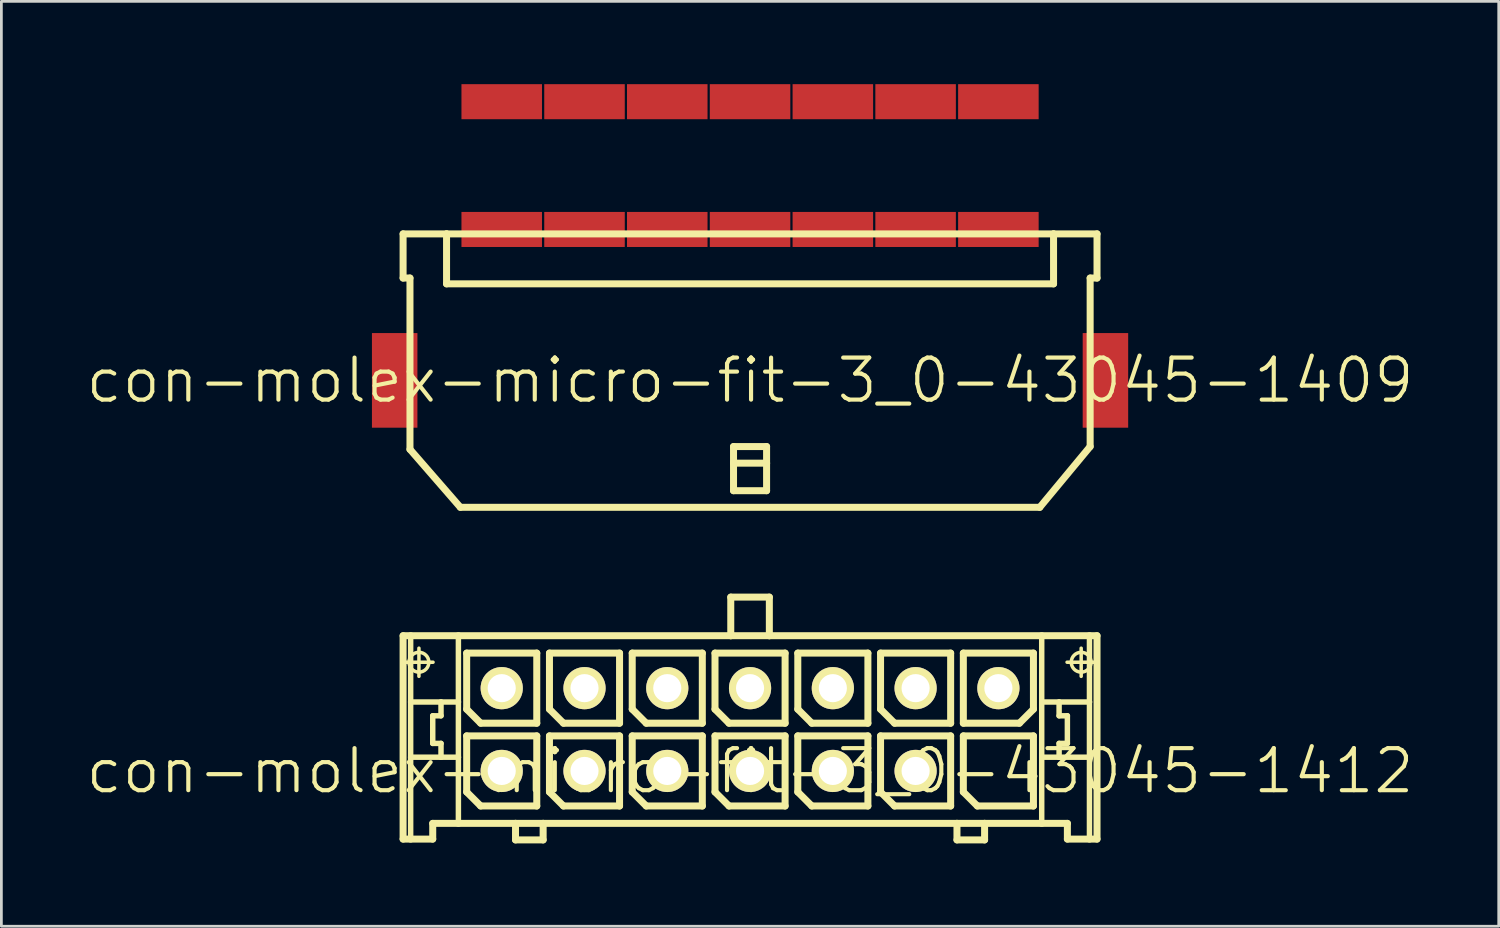
<source format=kicad_pcb>
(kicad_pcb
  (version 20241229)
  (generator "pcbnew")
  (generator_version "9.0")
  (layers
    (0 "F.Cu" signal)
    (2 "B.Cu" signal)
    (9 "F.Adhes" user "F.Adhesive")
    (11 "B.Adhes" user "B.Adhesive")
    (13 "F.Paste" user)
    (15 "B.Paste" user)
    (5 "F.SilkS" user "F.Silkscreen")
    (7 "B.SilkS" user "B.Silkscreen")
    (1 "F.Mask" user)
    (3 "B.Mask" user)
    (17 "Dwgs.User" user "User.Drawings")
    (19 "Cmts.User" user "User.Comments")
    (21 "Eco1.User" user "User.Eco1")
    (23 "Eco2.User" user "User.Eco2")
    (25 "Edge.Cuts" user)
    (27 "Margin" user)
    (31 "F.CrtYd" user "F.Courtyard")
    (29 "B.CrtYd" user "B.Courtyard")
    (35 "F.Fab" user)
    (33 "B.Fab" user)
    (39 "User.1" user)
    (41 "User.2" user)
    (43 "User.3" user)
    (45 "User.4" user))
  (footprint "con-molex-micro-fit-3_0-43045-1409"
    (layer "F.Cu")
    (at 24.13 10.734)
    (property "Reference" "con-molex-micro-fit-3_0-43045-1409" (at 0 0 0) (layer "F.SilkS") (effects (font (size 1.524 1.524) (thickness 0.15))))
    (attr smd)
    (fp_line (start -12.573 -5.309) (end -12.573 -3.708) (stroke (width 0.254) (type solid)) (layer "F.SilkS"))
    (fp_line (start -12.573 -3.708) (end -12.324 -3.708) (stroke (width 0.254) (type solid)) (layer "F.SilkS"))
    (fp_line (start -12.324 2.499) (end -12.324 -3.708) (stroke (width 0.254) (type solid)) (layer "F.SilkS"))
    (fp_line (start -12.324 2.499) (end -10.498 4.6) (stroke (width 0.254) (type solid)) (layer "F.SilkS"))
    (fp_line (start -10.998 -5.309) (end -12.573 -5.309) (stroke (width 0.254) (type solid)) (layer "F.SilkS"))
    (fp_line (start -10.998 -5.309) (end -10.998 -3.498) (stroke (width 0.254) (type solid)) (layer "F.SilkS"))
    (fp_line (start -10.998 -5.309) (end 10.998 -5.309) (stroke (width 0.254) (type solid)) (layer "F.SilkS"))
    (fp_line (start -10.998 -3.498) (end 10.998 -3.498) (stroke (width 0.254) (type solid)) (layer "F.SilkS"))
    (fp_line (start -4.829 -5.309) (end -10.998 -5.309) (stroke (width 0.127) (type solid)) (layer "F.SilkS"))
    (fp_line (start -4.823 -5.309) (end -10.998 -5.309) (stroke (width 0.127) (type solid)) (layer "F.SilkS"))
    (fp_line (start -0.599 2.398) (end 0.599 2.398) (stroke (width 0.254) (type solid)) (layer "F.SilkS"))
    (fp_line (start -0.599 3) (end -0.599 2.398) (stroke (width 0.254) (type solid)) (layer "F.SilkS"))
    (fp_line (start -0.599 3) (end 0.599 3) (stroke (width 0.254) (type solid)) (layer "F.SilkS"))
    (fp_line (start -0.599 3.998) (end -0.599 3) (stroke (width 0.254) (type solid)) (layer "F.SilkS"))
    (fp_line (start 0.599 2.398) (end 0.599 3) (stroke (width 0.254) (type solid)) (layer "F.SilkS"))
    (fp_line (start 0.599 3) (end 0.599 3.998) (stroke (width 0.254) (type solid)) (layer "F.SilkS"))
    (fp_line (start 0.599 3.998) (end -0.599 3.998) (stroke (width 0.254) (type solid)) (layer "F.SilkS"))
    (fp_line (start 10.498 4.6) (end -10.498 4.6) (stroke (width 0.254) (type solid)) (layer "F.SilkS"))
    (fp_line (start 10.998 -5.309) (end 12.573 -5.309) (stroke (width 0.254) (type solid)) (layer "F.SilkS"))
    (fp_line (start 10.998 -3.498) (end 10.998 -5.309) (stroke (width 0.254) (type solid)) (layer "F.SilkS"))
    (fp_line (start 12.324 -3.708) (end 12.324 2.398) (stroke (width 0.254) (type solid)) (layer "F.SilkS"))
    (fp_line (start 12.324 2.398) (end 10.498 4.6) (stroke (width 0.254) (type solid)) (layer "F.SilkS"))
    (fp_line (start 12.573 -5.309) (end 12.573 -3.708) (stroke (width 0.254) (type solid)) (layer "F.SilkS"))
    (fp_line (start 12.573 -3.708) (end 12.324 -3.708) (stroke (width 0.254) (type solid)) (layer "F.SilkS"))
    (pad "P$1" smd rect (at 8.999 -5.469) (size 2.918 1.27) (layers "F.Cu" "F.Mask" "F.Paste"))
    (pad "P$2" smd rect (at 5.999 -5.469) (size 2.918 1.27) (layers "F.Cu" "F.Mask" "F.Paste"))
    (pad "P$3" smd rect (at 3 -5.469) (size 2.918 1.27) (layers "F.Cu" "F.Mask" "F.Paste"))
    (pad "P$4" smd rect (at 0 -5.469) (size 2.918 1.27) (layers "F.Cu" "F.Mask" "F.Paste"))
    (pad "P$5" smd rect (at -3 -5.469) (size 2.918 1.27) (layers "F.Cu" "F.Mask" "F.Paste"))
    (pad "P$6" smd rect (at -5.999 -5.469) (size 2.918 1.27) (layers "F.Cu" "F.Mask" "F.Paste"))
    (pad "P$7" smd rect (at -8.999 -5.469) (size 2.918 1.27) (layers "F.Cu" "F.Mask" "F.Paste"))
    (pad "P$8" smd rect (at 8.999 -10.099) (size 2.918 1.27) (layers "F.Cu" "F.Mask" "F.Paste"))
    (pad "P$9" smd rect (at 5.999 -10.099) (size 2.918 1.27) (layers "F.Cu" "F.Mask" "F.Paste"))
    (pad "P$10" smd rect (at 3 -10.099) (size 2.918 1.27) (layers "F.Cu" "F.Mask" "F.Paste"))
    (pad "P$11" smd rect (at 0 -10.099) (size 2.918 1.27) (layers "F.Cu" "F.Mask" "F.Paste"))
    (pad "P$12" smd rect (at -3 -10.099) (size 2.918 1.27) (layers "F.Cu" "F.Mask" "F.Paste"))
    (pad "P$13" smd rect (at -5.999 -10.099) (size 2.918 1.27) (layers "F.Cu" "F.Mask" "F.Paste"))
    (pad "P$14" smd rect (at -8.999 -10.099) (size 2.918 1.27) (layers "F.Cu" "F.Mask" "F.Paste"))
    (pad "TAB1" smd rect (at -12.878 0) (size 1.648 3.429) (layers "F.Cu" "F.Mask" "F.Paste"))
    (pad "TAB2" smd rect (at 12.878 0) (size 1.648 3.429) (layers "F.Cu" "F.Mask" "F.Paste")))
  (footprint "con-molex-micro-fit-3_0-43045-1412"
    (layer "F.Cu")
    (at 24.13 24.887)
    (property "Reference" "con-molex-micro-fit-3_0-43045-1412" (at 0 0 0) (layer "F.SilkS") (effects (font (size 1.524 1.524) (thickness 0.15))))
    (attr exclude_from_pos_files exclude_from_bom)
    (fp_line (start -12.573 -4.9) (end -12.299 -4.9) (stroke (width 0.254) (type solid)) (layer "F.SilkS"))
    (fp_line (start -12.573 2.469) (end -12.573 -4.9) (stroke (width 0.254) (type solid)) (layer "F.SilkS"))
    (fp_line (start -12.509 -3.94) (end -11.488 -3.94) (stroke (width 0.127) (type solid)) (layer "F.SilkS"))
    (fp_line (start -12.299 -4.9) (end -10.569 -4.9) (stroke (width 0.254) (type solid)) (layer "F.SilkS"))
    (fp_line (start -12.299 -2.499) (end -12.299 -4.9) (stroke (width 0.198) (type solid)) (layer "F.SilkS"))
    (fp_line (start -12.299 -0.498) (end -12.299 -2.499) (stroke (width 0.198) (type solid)) (layer "F.SilkS"))
    (fp_line (start -12.299 2.469) (end -12.573 2.469) (stroke (width 0.254) (type solid)) (layer "F.SilkS"))
    (fp_line (start -12.299 2.469) (end -12.299 -0.498) (stroke (width 0.198) (type solid)) (layer "F.SilkS"))
    (fp_line (start -11.999 -3.429) (end -11.999 -4.448) (stroke (width 0.127) (type solid)) (layer "F.SilkS"))
    (fp_line (start -11.499 -1.999) (end -11.499 -0.998) (stroke (width 0.198) (type solid)) (layer "F.SilkS"))
    (fp_line (start -11.499 -0.998) (end -11.199 -0.998) (stroke (width 0.198) (type solid)) (layer "F.SilkS"))
    (fp_line (start -11.499 1.9) (end -11.499 2.469) (stroke (width 0.254) (type solid)) (layer "F.SilkS"))
    (fp_line (start -11.499 2.469) (end -12.299 2.469) (stroke (width 0.254) (type solid)) (layer "F.SilkS"))
    (fp_line (start -11.199 -2.499) (end -12.299 -2.499) (stroke (width 0.198) (type solid)) (layer "F.SilkS"))
    (fp_line (start -11.199 -2.499) (end -11.199 -1.999) (stroke (width 0.198) (type solid)) (layer "F.SilkS"))
    (fp_line (start -11.199 -1.999) (end -11.499 -1.999) (stroke (width 0.198) (type solid)) (layer "F.SilkS"))
    (fp_line (start -11.199 -0.998) (end -11.199 -0.498) (stroke (width 0.198) (type solid)) (layer "F.SilkS"))
    (fp_line (start -11.199 -0.498) (end -12.299 -0.498) (stroke (width 0.198) (type solid)) (layer "F.SilkS"))
    (fp_line (start -10.569 -4.9) (end -0.699 -4.9) (stroke (width 0.254) (type solid)) (layer "F.SilkS"))
    (fp_line (start -10.569 -2.499) (end -11.199 -2.499) (stroke (width 0.198) (type solid)) (layer "F.SilkS"))
    (fp_line (start -10.569 -2.499) (end -10.569 -4.9) (stroke (width 0.198) (type solid)) (layer "F.SilkS"))
    (fp_line (start -10.569 -0.498) (end -11.199 -0.498) (stroke (width 0.198) (type solid)) (layer "F.SilkS"))
    (fp_line (start -10.569 -0.498) (end -10.569 -2.499) (stroke (width 0.198) (type solid)) (layer "F.SilkS"))
    (fp_line (start -10.569 1.9) (end -11.499 1.9) (stroke (width 0.254) (type solid)) (layer "F.SilkS"))
    (fp_line (start -10.569 1.9) (end -10.569 -0.498) (stroke (width 0.198) (type solid)) (layer "F.SilkS"))
    (fp_line (start -10.269 -4.27) (end -7.729 -4.27) (stroke (width 0.254) (type solid)) (layer "F.SilkS"))
    (fp_line (start -10.269 -2.238) (end -10.269 -4.27) (stroke (width 0.254) (type solid)) (layer "F.SilkS"))
    (fp_line (start -10.269 -1.27) (end -7.729 -1.27) (stroke (width 0.254) (type solid)) (layer "F.SilkS"))
    (fp_line (start -10.269 0.762) (end -10.269 -1.27) (stroke (width 0.254) (type solid)) (layer "F.SilkS"))
    (fp_line (start -9.761 -1.73) (end -10.269 -2.238) (stroke (width 0.254) (type solid)) (layer "F.SilkS"))
    (fp_line (start -9.761 1.27) (end -10.269 0.762) (stroke (width 0.254) (type solid)) (layer "F.SilkS"))
    (fp_line (start -8.499 1.9) (end -10.569 1.9) (stroke (width 0.254) (type solid)) (layer "F.SilkS"))
    (fp_line (start -8.499 1.9) (end -8.499 2.499) (stroke (width 0.254) (type solid)) (layer "F.SilkS"))
    (fp_line (start -8.499 2.499) (end -7.498 2.499) (stroke (width 0.254) (type solid)) (layer "F.SilkS"))
    (fp_line (start -7.729 -4.27) (end -7.729 -1.73) (stroke (width 0.254) (type solid)) (layer "F.SilkS"))
    (fp_line (start -7.729 -1.73) (end -9.761 -1.73) (stroke (width 0.254) (type solid)) (layer "F.SilkS"))
    (fp_line (start -7.729 -1.27) (end -7.729 1.27) (stroke (width 0.254) (type solid)) (layer "F.SilkS"))
    (fp_line (start -7.729 1.27) (end -9.761 1.27) (stroke (width 0.254) (type solid)) (layer "F.SilkS"))
    (fp_line (start -7.498 1.9) (end -8.499 1.9) (stroke (width 0.254) (type solid)) (layer "F.SilkS"))
    (fp_line (start -7.498 2.499) (end -7.498 1.9) (stroke (width 0.254) (type solid)) (layer "F.SilkS"))
    (fp_line (start -7.269 -4.27) (end -4.729 -4.27) (stroke (width 0.254) (type solid)) (layer "F.SilkS"))
    (fp_line (start -7.269 -2.238) (end -7.269 -4.27) (stroke (width 0.254) (type solid)) (layer "F.SilkS"))
    (fp_line (start -7.269 -1.27) (end -4.729 -1.27) (stroke (width 0.254) (type solid)) (layer "F.SilkS"))
    (fp_line (start -7.269 0.762) (end -7.269 -1.27) (stroke (width 0.254) (type solid)) (layer "F.SilkS"))
    (fp_line (start -6.761 -1.73) (end -7.269 -2.238) (stroke (width 0.254) (type solid)) (layer "F.SilkS"))
    (fp_line (start -6.761 1.27) (end -7.269 0.762) (stroke (width 0.254) (type solid)) (layer "F.SilkS"))
    (fp_line (start -4.729 -4.27) (end -4.729 -1.73) (stroke (width 0.254) (type solid)) (layer "F.SilkS"))
    (fp_line (start -4.729 -1.73) (end -6.761 -1.73) (stroke (width 0.254) (type solid)) (layer "F.SilkS"))
    (fp_line (start -4.729 -1.27) (end -4.729 1.27) (stroke (width 0.254) (type solid)) (layer "F.SilkS"))
    (fp_line (start -4.729 1.27) (end -6.761 1.27) (stroke (width 0.254) (type solid)) (layer "F.SilkS"))
    (fp_line (start -4.27 -4.27) (end -1.73 -4.27) (stroke (width 0.254) (type solid)) (layer "F.SilkS"))
    (fp_line (start -4.27 -2.238) (end -4.27 -4.27) (stroke (width 0.254) (type solid)) (layer "F.SilkS"))
    (fp_line (start -4.27 -1.27) (end -1.73 -1.27) (stroke (width 0.254) (type solid)) (layer "F.SilkS"))
    (fp_line (start -4.27 0.762) (end -4.27 -1.27) (stroke (width 0.254) (type solid)) (layer "F.SilkS"))
    (fp_line (start -3.762 -1.73) (end -4.27 -2.238) (stroke (width 0.254) (type solid)) (layer "F.SilkS"))
    (fp_line (start -3.762 1.27) (end -4.27 0.762) (stroke (width 0.254) (type solid)) (layer "F.SilkS"))
    (fp_line (start -1.73 -4.27) (end -1.73 -1.73) (stroke (width 0.254) (type solid)) (layer "F.SilkS"))
    (fp_line (start -1.73 -1.73) (end -3.762 -1.73) (stroke (width 0.254) (type solid)) (layer "F.SilkS"))
    (fp_line (start -1.73 -1.27) (end -1.73 1.27) (stroke (width 0.254) (type solid)) (layer "F.SilkS"))
    (fp_line (start -1.73 1.27) (end -3.762 1.27) (stroke (width 0.254) (type solid)) (layer "F.SilkS"))
    (fp_line (start -1.27 -4.27) (end 1.27 -4.27) (stroke (width 0.254) (type solid)) (layer "F.SilkS"))
    (fp_line (start -1.27 -2.238) (end -1.27 -4.27) (stroke (width 0.254) (type solid)) (layer "F.SilkS"))
    (fp_line (start -1.27 -1.27) (end 1.27 -1.27) (stroke (width 0.254) (type solid)) (layer "F.SilkS"))
    (fp_line (start -1.27 0.762) (end -1.27 -1.27) (stroke (width 0.254) (type solid)) (layer "F.SilkS"))
    (fp_line (start -0.762 -1.73) (end -1.27 -2.238) (stroke (width 0.254) (type solid)) (layer "F.SilkS"))
    (fp_line (start -0.762 1.27) (end -1.27 0.762) (stroke (width 0.254) (type solid)) (layer "F.SilkS"))
    (fp_line (start -0.699 -6.299) (end -0.699 -4.9) (stroke (width 0.254) (type solid)) (layer "F.SilkS"))
    (fp_line (start -0.699 -6.299) (end 0.699 -6.299) (stroke (width 0.254) (type solid)) (layer "F.SilkS"))
    (fp_line (start -0.699 -4.9) (end 0.699 -4.9) (stroke (width 0.254) (type solid)) (layer "F.SilkS"))
    (fp_line (start 0.699 -6.299) (end 0.699 -4.9) (stroke (width 0.254) (type solid)) (layer "F.SilkS"))
    (fp_line (start 0.699 -4.9) (end 10.569 -4.9) (stroke (width 0.254) (type solid)) (layer "F.SilkS"))
    (fp_line (start 1.27 -4.27) (end 1.27 -1.73) (stroke (width 0.254) (type solid)) (layer "F.SilkS"))
    (fp_line (start 1.27 -1.73) (end -0.762 -1.73) (stroke (width 0.254) (type solid)) (layer "F.SilkS"))
    (fp_line (start 1.27 -1.27) (end 1.27 1.27) (stroke (width 0.254) (type solid)) (layer "F.SilkS"))
    (fp_line (start 1.27 1.27) (end -0.762 1.27) (stroke (width 0.254) (type solid)) (layer "F.SilkS"))
    (fp_line (start 1.73 -4.27) (end 4.27 -4.27) (stroke (width 0.254) (type solid)) (layer "F.SilkS"))
    (fp_line (start 1.73 -2.238) (end 1.73 -4.27) (stroke (width 0.254) (type solid)) (layer "F.SilkS"))
    (fp_line (start 1.73 -1.27) (end 4.27 -1.27) (stroke (width 0.254) (type solid)) (layer "F.SilkS"))
    (fp_line (start 1.73 0.762) (end 1.73 -1.27) (stroke (width 0.254) (type solid)) (layer "F.SilkS"))
    (fp_line (start 2.238 -1.73) (end 1.73 -2.238) (stroke (width 0.254) (type solid)) (layer "F.SilkS"))
    (fp_line (start 2.238 1.27) (end 1.73 0.762) (stroke (width 0.254) (type solid)) (layer "F.SilkS"))
    (fp_line (start 4.27 -4.27) (end 4.27 -1.73) (stroke (width 0.254) (type solid)) (layer "F.SilkS"))
    (fp_line (start 4.27 -1.73) (end 2.238 -1.73) (stroke (width 0.254) (type solid)) (layer "F.SilkS"))
    (fp_line (start 4.27 -1.27) (end 4.27 1.27) (stroke (width 0.254) (type solid)) (layer "F.SilkS"))
    (fp_line (start 4.27 1.27) (end 2.238 1.27) (stroke (width 0.254) (type solid)) (layer "F.SilkS"))
    (fp_line (start 4.729 -4.27) (end 7.269 -4.27) (stroke (width 0.254) (type solid)) (layer "F.SilkS"))
    (fp_line (start 4.729 -2.238) (end 4.729 -4.27) (stroke (width 0.254) (type solid)) (layer "F.SilkS"))
    (fp_line (start 4.729 -1.27) (end 7.269 -1.27) (stroke (width 0.254) (type solid)) (layer "F.SilkS"))
    (fp_line (start 4.729 0.762) (end 4.729 -1.27) (stroke (width 0.254) (type solid)) (layer "F.SilkS"))
    (fp_line (start 5.237 -1.73) (end 4.729 -2.238) (stroke (width 0.254) (type solid)) (layer "F.SilkS"))
    (fp_line (start 5.237 1.27) (end 4.729 0.762) (stroke (width 0.254) (type solid)) (layer "F.SilkS"))
    (fp_line (start 7.269 -4.27) (end 7.269 -1.73) (stroke (width 0.254) (type solid)) (layer "F.SilkS"))
    (fp_line (start 7.269 -1.73) (end 5.237 -1.73) (stroke (width 0.254) (type solid)) (layer "F.SilkS"))
    (fp_line (start 7.269 -1.27) (end 7.269 1.27) (stroke (width 0.254) (type solid)) (layer "F.SilkS"))
    (fp_line (start 7.269 1.27) (end 5.237 1.27) (stroke (width 0.254) (type solid)) (layer "F.SilkS"))
    (fp_line (start 7.498 1.9) (end -7.498 1.9) (stroke (width 0.254) (type solid)) (layer "F.SilkS"))
    (fp_line (start 7.498 1.9) (end 7.498 2.499) (stroke (width 0.254) (type solid)) (layer "F.SilkS"))
    (fp_line (start 7.498 2.499) (end 8.499 2.499) (stroke (width 0.254) (type solid)) (layer "F.SilkS"))
    (fp_line (start 7.729 -4.27) (end 7.729 -1.73) (stroke (width 0.254) (type solid)) (layer "F.SilkS"))
    (fp_line (start 7.729 -1.73) (end 9.761 -1.73) (stroke (width 0.254) (type solid)) (layer "F.SilkS"))
    (fp_line (start 7.729 -1.27) (end 10.269 -1.27) (stroke (width 0.254) (type solid)) (layer "F.SilkS"))
    (fp_line (start 7.729 0.762) (end 7.729 -1.27) (stroke (width 0.254) (type solid)) (layer "F.SilkS"))
    (fp_line (start 8.237 1.27) (end 7.729 0.762) (stroke (width 0.254) (type solid)) (layer "F.SilkS"))
    (fp_line (start 8.499 1.9) (end 7.498 1.9) (stroke (width 0.254) (type solid)) (layer "F.SilkS"))
    (fp_line (start 8.499 2.499) (end 8.499 1.9) (stroke (width 0.254) (type solid)) (layer "F.SilkS"))
    (fp_line (start 9.761 -1.73) (end 10.269 -2.238) (stroke (width 0.254) (type solid)) (layer "F.SilkS"))
    (fp_line (start 10.269 -4.27) (end 7.729 -4.27) (stroke (width 0.254) (type solid)) (layer "F.SilkS"))
    (fp_line (start 10.269 -2.238) (end 10.269 -4.27) (stroke (width 0.254) (type solid)) (layer "F.SilkS"))
    (fp_line (start 10.269 -1.27) (end 10.269 1.27) (stroke (width 0.254) (type solid)) (layer "F.SilkS"))
    (fp_line (start 10.269 1.27) (end 8.237 1.27) (stroke (width 0.254) (type solid)) (layer "F.SilkS"))
    (fp_line (start 10.569 -4.9) (end 10.569 -2.499) (stroke (width 0.198) (type solid)) (layer "F.SilkS"))
    (fp_line (start 10.569 -4.9) (end 12.299 -4.9) (stroke (width 0.254) (type solid)) (layer "F.SilkS"))
    (fp_line (start 10.569 -2.499) (end 10.569 -0.498) (stroke (width 0.198) (type solid)) (layer "F.SilkS"))
    (fp_line (start 10.569 -2.499) (end 11.199 -2.499) (stroke (width 0.198) (type solid)) (layer "F.SilkS"))
    (fp_line (start 10.569 -0.498) (end 10.569 1.9) (stroke (width 0.198) (type solid)) (layer "F.SilkS"))
    (fp_line (start 10.569 -0.498) (end 11.199 -0.498) (stroke (width 0.198) (type solid)) (layer "F.SilkS"))
    (fp_line (start 10.569 1.9) (end 8.499 1.9) (stroke (width 0.254) (type solid)) (layer "F.SilkS"))
    (fp_line (start 11.199 -2.499) (end 11.199 -1.999) (stroke (width 0.198) (type solid)) (layer "F.SilkS"))
    (fp_line (start 11.199 -2.499) (end 12.299 -2.499) (stroke (width 0.198) (type solid)) (layer "F.SilkS"))
    (fp_line (start 11.199 -1.999) (end 11.499 -1.999) (stroke (width 0.198) (type solid)) (layer "F.SilkS"))
    (fp_line (start 11.199 -0.998) (end 11.199 -0.498) (stroke (width 0.198) (type solid)) (layer "F.SilkS"))
    (fp_line (start 11.199 -0.498) (end 12.299 -0.498) (stroke (width 0.198) (type solid)) (layer "F.SilkS"))
    (fp_line (start 11.488 -3.94) (end 12.509 -3.94) (stroke (width 0.127) (type solid)) (layer "F.SilkS"))
    (fp_line (start 11.499 -1.999) (end 11.499 -0.998) (stroke (width 0.198) (type solid)) (layer "F.SilkS"))
    (fp_line (start 11.499 -0.998) (end 11.199 -0.998) (stroke (width 0.198) (type solid)) (layer "F.SilkS"))
    (fp_line (start 11.499 1.9) (end 10.569 1.9) (stroke (width 0.254) (type solid)) (layer "F.SilkS"))
    (fp_line (start 11.499 2.469) (end 11.499 1.9) (stroke (width 0.254) (type solid)) (layer "F.SilkS"))
    (fp_line (start 11.499 2.469) (end 12.299 2.469) (stroke (width 0.254) (type solid)) (layer "F.SilkS"))
    (fp_line (start 11.999 -3.429) (end 11.999 -4.448) (stroke (width 0.127) (type solid)) (layer "F.SilkS"))
    (fp_line (start 12.299 -4.9) (end 12.573 -4.9) (stroke (width 0.254) (type solid)) (layer "F.SilkS"))
    (fp_line (start 12.299 -2.499) (end 12.299 -4.9) (stroke (width 0.198) (type solid)) (layer "F.SilkS"))
    (fp_line (start 12.299 -0.498) (end 12.299 -2.499) (stroke (width 0.198) (type solid)) (layer "F.SilkS"))
    (fp_line (start 12.299 2.469) (end 12.299 -0.498) (stroke (width 0.198) (type solid)) (layer "F.SilkS"))
    (fp_line (start 12.299 2.469) (end 12.573 2.469) (stroke (width 0.254) (type solid)) (layer "F.SilkS"))
    (fp_line (start 12.573 -4.9) (end 12.573 2.469) (stroke (width 0.254) (type solid)) (layer "F.SilkS"))
    (fp_circle (center -11.999 -3.94) (end -12.253 -4.194) (stroke (width 0.127) (type solid)) (fill no) (layer "F.SilkS"))
    (fp_circle (center 11.999 -3.94) (end 12.253 -4.194) (stroke (width 0.127) (type solid)) (fill no) (layer "F.SilkS"))
    (pad "P$1" thru_hole rect (at 8.999 0) (size 0.001 0.001) (drill 1.019) (layers "*.Cu" "F.Mask" "F.SilkS" "F.Paste"))
    (pad "P$2" thru_hole circle (at 5.999 0) (size 1.529 1.529) (drill 1.019) (layers "*.Cu" "F.Mask" "F.SilkS" "F.Paste"))
    (pad "P$3" thru_hole circle (at 3 0) (size 1.529 1.529) (drill 1.019) (layers "*.Cu" "F.Mask" "F.SilkS" "F.Paste"))
    (pad "P$4" thru_hole circle (at 0 0) (size 1.529 1.529) (drill 1.019) (layers "*.Cu" "F.Mask" "F.SilkS" "F.Paste"))
    (pad "P$5" thru_hole circle (at -3 0) (size 1.529 1.529) (drill 1.019) (layers "*.Cu" "F.Mask" "F.SilkS" "F.Paste"))
    (pad "P$6" thru_hole circle (at -5.999 0) (size 1.529 1.529) (drill 1.019) (layers "*.Cu" "F.Mask" "F.SilkS" "F.Paste"))
    (pad "P$7" thru_hole circle (at -8.999 0) (size 1.529 1.529) (drill 1.019) (layers "*.Cu" "F.Mask" "F.SilkS" "F.Paste"))
    (pad "P$8" thru_hole circle (at 8.999 -3) (size 1.529 1.529) (drill 1.019) (layers "*.Cu" "F.Mask" "F.SilkS" "F.Paste"))
    (pad "P$9" thru_hole circle (at 5.999 -3) (size 1.529 1.529) (drill 1.019) (layers "*.Cu" "F.Mask" "F.SilkS" "F.Paste"))
    (pad "P$10" thru_hole circle (at 3 -3) (size 1.529 1.529) (drill 1.019) (layers "*.Cu" "F.Mask" "F.SilkS" "F.Paste"))
    (pad "P$11" thru_hole circle (at 0 -3) (size 1.529 1.529) (drill 1.019) (layers "*.Cu" "F.Mask" "F.SilkS" "F.Paste"))
    (pad "P$12" thru_hole circle (at -3 -3) (size 1.529 1.529) (drill 1.019) (layers "*.Cu" "F.Mask" "F.SilkS" "F.Paste"))
    (pad "P$13" thru_hole circle (at -5.999 -3) (size 1.529 1.529) (drill 1.019) (layers "*.Cu" "F.Mask" "F.SilkS" "F.Paste"))
    (pad "P$14" thru_hole circle (at -8.999 -3) (size 1.529 1.529) (drill 1.019) (layers "*.Cu" "F.Mask" "F.SilkS" "F.Paste")))
  (gr_rect
    (start -3 -3)
    (end 51.26 30.514)
    (stroke (width 0.1) (type default))
    (fill no)
    (layer "Edge.Cuts")))
</source>
